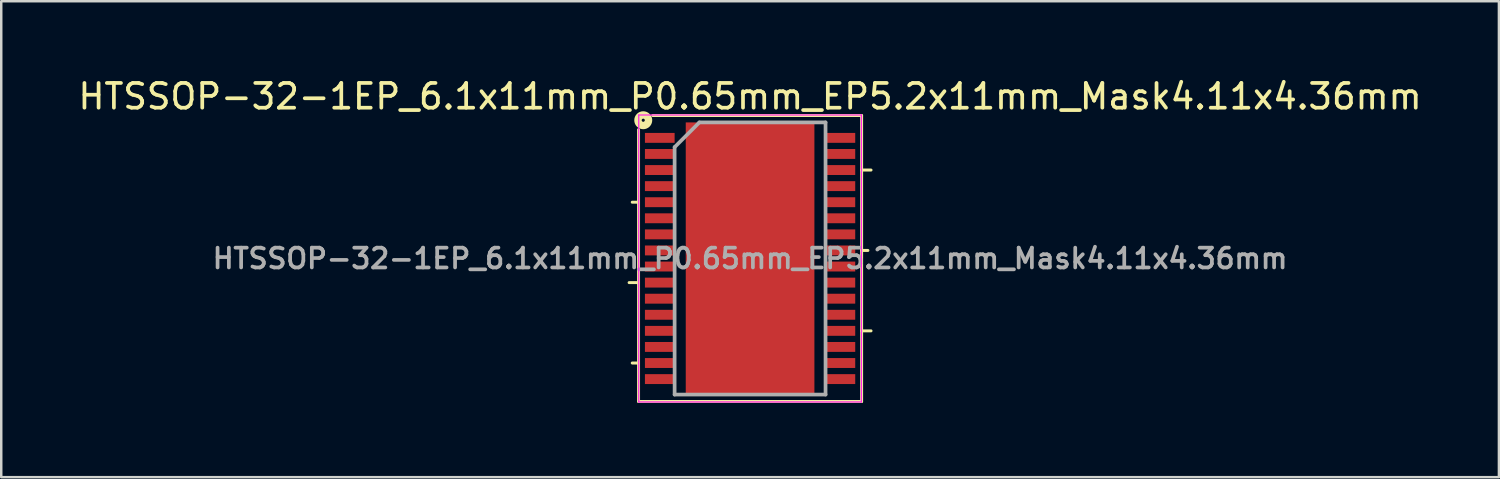
<source format=kicad_pcb>
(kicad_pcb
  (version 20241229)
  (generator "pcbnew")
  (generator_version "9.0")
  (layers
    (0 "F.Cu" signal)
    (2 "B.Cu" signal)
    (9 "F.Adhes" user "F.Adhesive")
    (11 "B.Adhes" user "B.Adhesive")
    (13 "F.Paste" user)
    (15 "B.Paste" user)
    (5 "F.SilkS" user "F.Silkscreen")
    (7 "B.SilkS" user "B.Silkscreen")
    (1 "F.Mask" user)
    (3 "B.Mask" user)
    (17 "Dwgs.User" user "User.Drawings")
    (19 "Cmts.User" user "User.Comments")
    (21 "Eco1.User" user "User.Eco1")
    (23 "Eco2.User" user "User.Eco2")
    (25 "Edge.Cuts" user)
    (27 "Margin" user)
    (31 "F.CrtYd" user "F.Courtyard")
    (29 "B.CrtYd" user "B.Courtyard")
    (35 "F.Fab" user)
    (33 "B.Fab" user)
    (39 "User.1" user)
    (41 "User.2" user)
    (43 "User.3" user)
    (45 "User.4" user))
  (footprint "HTSSOP-32-1EP_6.1x11mm_P0.65mm_EP5.2x11mm_Mask4.11x4.36mm"
    (layer "F.Cu")
    (at 27.268 7.398)
    (property "Reference" "HTSSOP-32-1EP_6.1x11mm_P0.65mm_EP5.2x11mm_Mask4.11x4.36mm" (at 0 -6.55 0) (layer "F.SilkS") (effects (font (size 1 1) (thickness 0.15))))
    (attr smd)
    (fp_line (start -4.508 -2.275) (end -4.763 -2.275) (stroke (width 0.12) (type solid)) (layer "F.SilkS"))
    (fp_line (start -4.508 0.975) (end -4.889 0.975) (stroke (width 0.12) (type solid)) (layer "F.SilkS"))
    (fp_line (start -4.508 4.225) (end -4.763 4.225) (stroke (width 0.12) (type solid)) (layer "F.SilkS"))
    (fp_line (start -4.508 5.779) (end -4.508 -5.207) (stroke (width 0.12) (type solid)) (layer "F.SilkS"))
    (fp_line (start -3.937 -5.779) (end 4.508 -5.779) (stroke (width 0.12) (type solid)) (layer "F.SilkS"))
    (fp_line (start 4.508 -5.779) (end 4.508 5.779) (stroke (width 0.12) (type solid)) (layer "F.SilkS"))
    (fp_line (start 4.508 -3.575) (end 4.889 -3.575) (stroke (width 0.12) (type solid)) (layer "F.SilkS"))
    (fp_line (start 4.508 -0.325) (end 4.763 -0.325) (stroke (width 0.12) (type solid)) (layer "F.SilkS"))
    (fp_line (start 4.508 2.925) (end 4.889 2.925) (stroke (width 0.12) (type solid)) (layer "F.SilkS"))
    (fp_line (start 4.508 5.779) (end -4.508 5.779) (stroke (width 0.12) (type solid)) (layer "F.SilkS"))
    (fp_circle (center -4.318 -5.588) (end -4.255 -5.588) (stroke (width 0.3) (type solid)) (fill no) (layer "F.SilkS"))
    (fp_line (start -4.5 -5.8) (end -4.5 5.8) (stroke (width 0.05) (type solid)) (layer "F.CrtYd"))
    (fp_line (start -4.5 5.8) (end 4.5 5.8) (stroke (width 0.05) (type solid)) (layer "F.CrtYd"))
    (fp_line (start 4.5 -5.8) (end -4.5 -5.8) (stroke (width 0.05) (type solid)) (layer "F.CrtYd"))
    (fp_line (start 4.5 5.8) (end 4.5 -5.8) (stroke (width 0.05) (type solid)) (layer "F.CrtYd"))
    (fp_line (start -3.05 -4.5) (end -2.05 -5.5) (stroke (width 0.15) (type solid)) (layer "F.Fab"))
    (fp_line (start -3.05 5.5) (end -3.05 -4.5) (stroke (width 0.15) (type solid)) (layer "F.Fab"))
    (fp_line (start -2.05 -5.5) (end 3.05 -5.5) (stroke (width 0.15) (type solid)) (layer "F.Fab"))
    (fp_line (start 3.05 -5.5) (end 3.05 5.5) (stroke (width 0.15) (type solid)) (layer "F.Fab"))
    (fp_line (start 3.05 5.5) (end -3.05 5.5) (stroke (width 0.15) (type solid)) (layer "F.Fab"))
    (fp_text user "${REFERENCE}" (at 0 0 0) (layer "F.Fab") (effects (font (size 0.8 0.8) (thickness 0.15))))
    (pad "" smd rect (at -1.37 -1.46) (size 1.07 1.16) (layers "F.Paste"))
    (pad "" smd rect (at -1.37 0) (size 1.07 1.16) (layers "F.Paste"))
    (pad "" smd rect (at -1.37 1.46) (size 1.07 1.16) (layers "F.Paste"))
    (pad "" smd rect (at 0 -1.46) (size 1.07 1.16) (layers "F.Paste"))
    (pad "" smd rect (at 0 0) (size 1.07 1.16) (layers "F.Paste"))
    (pad "" smd rect (at 0 0) (size 4.11 4.36) (layers "F.Mask"))
    (pad "" smd rect (at 0 1.46) (size 1.07 1.16) (layers "F.Paste"))
    (pad "" smd rect (at 1.37 -1.46) (size 1.07 1.16) (layers "F.Paste"))
    (pad "" smd rect (at 1.37 0) (size 1.07 1.16) (layers "F.Paste"))
    (pad "" smd rect (at 1.37 1.46) (size 1.07 1.16) (layers "F.Paste"))
    (pad "1" smd rect (at -3.65 -4.875) (size 1.2 0.4) (layers "F.Cu" "F.Mask" "F.Paste"))
    (pad "2" smd rect (at -3.65 -4.225) (size 1.2 0.4) (layers "F.Cu" "F.Mask" "F.Paste"))
    (pad "3" smd rect (at -3.65 -3.575) (size 1.2 0.4) (layers "F.Cu" "F.Mask" "F.Paste"))
    (pad "4" smd rect (at -3.65 -2.925) (size 1.2 0.4) (layers "F.Cu" "F.Mask" "F.Paste"))
    (pad "5" smd rect (at -3.65 -2.275) (size 1.2 0.4) (layers "F.Cu" "F.Mask" "F.Paste"))
    (pad "6" smd rect (at -3.65 -1.625) (size 1.2 0.4) (layers "F.Cu" "F.Mask" "F.Paste"))
    (pad "7" smd rect (at -3.65 -0.975) (size 1.2 0.4) (layers "F.Cu" "F.Mask" "F.Paste"))
    (pad "8" smd rect (at -3.65 -0.325) (size 1.2 0.4) (layers "F.Cu" "F.Mask" "F.Paste"))
    (pad "9" smd rect (at -3.65 0.325) (size 1.2 0.4) (layers "F.Cu" "F.Mask" "F.Paste"))
    (pad "10" smd rect (at -3.65 0.975) (size 1.2 0.4) (layers "F.Cu" "F.Mask" "F.Paste"))
    (pad "11" smd rect (at -3.65 1.625) (size 1.2 0.4) (layers "F.Cu" "F.Mask" "F.Paste"))
    (pad "12" smd rect (at -3.65 2.275) (size 1.2 0.4) (layers "F.Cu" "F.Mask" "F.Paste"))
    (pad "13" smd rect (at -3.65 2.925) (size 1.2 0.4) (layers "F.Cu" "F.Mask" "F.Paste"))
    (pad "14" smd rect (at -3.65 3.575) (size 1.2 0.4) (layers "F.Cu" "F.Mask" "F.Paste"))
    (pad "15" smd rect (at -3.65 4.225) (size 1.2 0.4) (layers "F.Cu" "F.Mask" "F.Paste"))
    (pad "16" smd rect (at -3.65 4.875) (size 1.2 0.4) (layers "F.Cu" "F.Mask" "F.Paste"))
    (pad "17" smd rect (at 3.65 4.875) (size 1.2 0.4) (layers "F.Cu" "F.Mask" "F.Paste"))
    (pad "18" smd rect (at 3.65 4.225) (size 1.2 0.4) (layers "F.Cu" "F.Mask" "F.Paste"))
    (pad "19" smd rect (at 3.65 3.575) (size 1.2 0.4) (layers "F.Cu" "F.Mask" "F.Paste"))
    (pad "20" smd rect (at 3.65 2.925) (size 1.2 0.4) (layers "F.Cu" "F.Mask" "F.Paste"))
    (pad "21" smd rect (at 3.65 2.275) (size 1.2 0.4) (layers "F.Cu" "F.Mask" "F.Paste"))
    (pad "22" smd rect (at 3.65 1.625) (size 1.2 0.4) (layers "F.Cu" "F.Mask" "F.Paste"))
    (pad "23" smd rect (at 3.65 0.975) (size 1.2 0.4) (layers "F.Cu" "F.Mask" "F.Paste"))
    (pad "24" smd rect (at 3.65 0.325) (size 1.2 0.4) (layers "F.Cu" "F.Mask" "F.Paste"))
    (pad "25" smd rect (at 3.65 -0.325) (size 1.2 0.4) (layers "F.Cu" "F.Mask" "F.Paste"))
    (pad "26" smd rect (at 3.65 -0.975) (size 1.2 0.4) (layers "F.Cu" "F.Mask" "F.Paste"))
    (pad "27" smd rect (at 3.65 -1.625) (size 1.2 0.4) (layers "F.Cu" "F.Mask" "F.Paste"))
    (pad "28" smd rect (at 3.65 -2.275) (size 1.2 0.4) (layers "F.Cu" "F.Mask" "F.Paste"))
    (pad "29" smd rect (at 3.65 -2.925) (size 1.2 0.4) (layers "F.Cu" "F.Mask" "F.Paste"))
    (pad "30" smd rect (at 3.65 -3.575) (size 1.2 0.4) (layers "F.Cu" "F.Mask" "F.Paste"))
    (pad "31" smd rect (at 3.65 -4.225) (size 1.2 0.4) (layers "F.Cu" "F.Mask" "F.Paste"))
    (pad "32" smd rect (at 3.65 -4.875) (size 1.2 0.4) (layers "F.Cu" "F.Mask" "F.Paste"))
    (pad "33" smd rect (at 0 0) (size 5.2 11) (layers "F.Cu")))
  (gr_rect
    (start -3 -3)
    (end 57.536 16.237)
    (stroke (width 0.1) (type default))
    (fill no)
    (layer "Edge.Cuts")))
</source>
